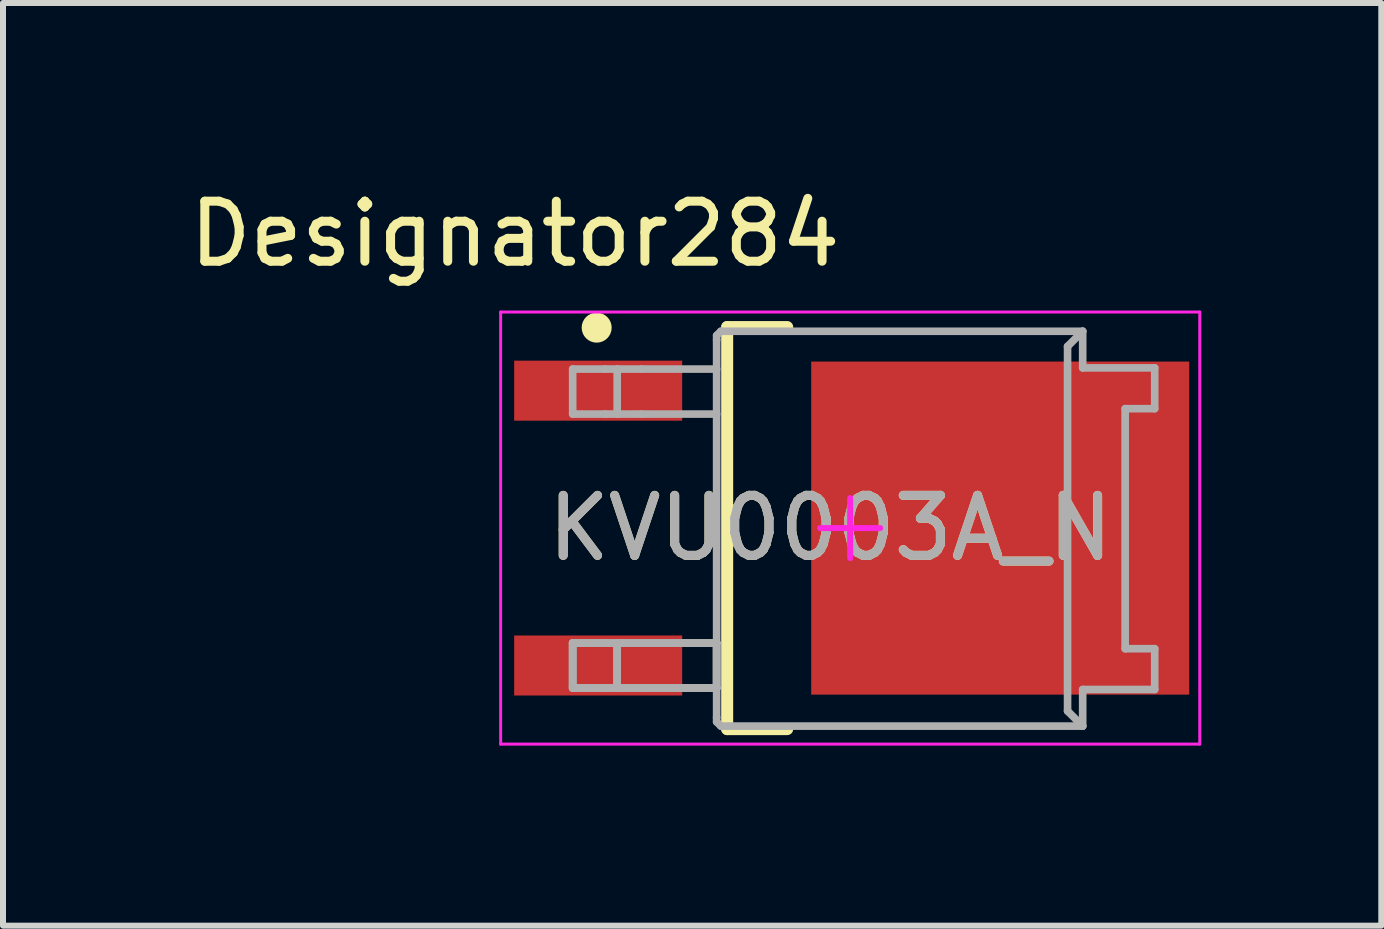
<source format=kicad_pcb>
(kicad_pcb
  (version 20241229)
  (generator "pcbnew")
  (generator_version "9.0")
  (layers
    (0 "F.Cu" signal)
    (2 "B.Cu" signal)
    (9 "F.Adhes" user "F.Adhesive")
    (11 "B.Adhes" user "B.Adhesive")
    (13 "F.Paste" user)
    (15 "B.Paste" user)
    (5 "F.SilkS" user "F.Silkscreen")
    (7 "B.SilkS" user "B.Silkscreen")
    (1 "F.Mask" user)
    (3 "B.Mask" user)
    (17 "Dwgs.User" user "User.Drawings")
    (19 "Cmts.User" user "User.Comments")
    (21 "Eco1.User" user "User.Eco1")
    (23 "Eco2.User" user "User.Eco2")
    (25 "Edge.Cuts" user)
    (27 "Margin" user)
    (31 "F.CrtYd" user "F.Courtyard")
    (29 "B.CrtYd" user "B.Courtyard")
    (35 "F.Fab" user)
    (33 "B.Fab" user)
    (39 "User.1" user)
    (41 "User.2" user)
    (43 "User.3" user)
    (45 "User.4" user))
  (footprint "KVU0003A_N"
    (layer "F.Cu")
    (at 10.788 5.75)
    (property "Reference" "KVU0003A_N" (at 0 0 0) (unlocked yes) (layer "F.SilkS") (effects (font (size 1 1) (thickness 0.15))))
    (attr smd)
    (fp_line (start -1.72 -3.35) (end -0.72 -3.35) (stroke (width 0.2) (type solid)) (layer "F.SilkS"))
    (fp_line (start -1.72 3.35) (end -1.72 -3.35) (stroke (width 0.2) (type solid)) (layer "F.SilkS"))
    (fp_line (start -1.72 3.35) (end -0.72 3.35) (stroke (width 0.2) (type solid)) (layer "F.SilkS"))
    (fp_circle (center -3.895 -3.34) (end -3.77 -3.34) (stroke (width 0.25) (type solid)) (fill no) (layer "F.SilkS"))
    (fp_poly (pts (xy -0.02 -1.479) (xy -0.02 -2.511) (xy -0.019 -2.521) (xy -0.016 -2.53) (xy -0.012 -2.538) (xy -0.006 -2.546) (xy 0.002 -2.552) (xy 0.01 -2.556) (xy 0.019 -2.559) (xy 0.029 -2.56) (xy 0.911 -2.56) (xy 0.921 -2.559) (xy 0.93 -2.556) (xy 0.938 -2.552) (xy 0.946 -2.546) (xy 0.952 -2.538) (xy 0.956 -2.53) (xy 0.959 -2.521) (xy 0.96 -2.511) (xy 0.96 -1.479) (xy 0.959 -1.469) (xy 0.956 -1.46) (xy 0.952 -1.452) (xy 0.946 -1.444) (xy 0.938 -1.438) (xy 0.93 -1.434) (xy 0.921 -1.431) (xy 0.911 -1.43) (xy 0.029 -1.43) (xy 0.019 -1.431) (xy 0.01 -1.434) (xy 0.002 -1.438) (xy -0.006 -1.444) (xy -0.012 -1.452) (xy -0.016 -1.46) (xy -0.019 -1.469)) (stroke (width 0) (type solid)) (fill yes) (layer "F.Paste"))
    (fp_poly (pts (xy -0.02 -0.149) (xy -0.02 -1.181) (xy -0.019 -1.191) (xy -0.016 -1.2) (xy -0.012 -1.208) (xy -0.006 -1.216) (xy 0.002 -1.222) (xy 0.01 -1.226) (xy 0.019 -1.229) (xy 0.029 -1.23) (xy 0.911 -1.23) (xy 0.921 -1.229) (xy 0.93 -1.226) (xy 0.938 -1.222) (xy 0.946 -1.216) (xy 0.952 -1.208) (xy 0.956 -1.2) (xy 0.959 -1.191) (xy 0.96 -1.181) (xy 0.96 -0.149) (xy 0.959 -0.139) (xy 0.956 -0.13) (xy 0.952 -0.122) (xy 0.946 -0.114) (xy 0.938 -0.108) (xy 0.93 -0.104) (xy 0.921 -0.101) (xy 0.911 -0.1) (xy 0.029 -0.1) (xy 0.019 -0.101) (xy 0.01 -0.104) (xy 0.002 -0.108) (xy -0.006 -0.114) (xy -0.012 -0.122) (xy -0.016 -0.13) (xy -0.019 -0.139)) (stroke (width 0) (type solid)) (fill yes) (layer "F.Paste"))
    (fp_poly (pts (xy -0.02 1.181) (xy -0.02 0.149) (xy -0.019 0.139) (xy -0.016 0.13) (xy -0.012 0.122) (xy -0.006 0.114) (xy 0.002 0.108) (xy 0.01 0.104) (xy 0.019 0.101) (xy 0.029 0.1) (xy 0.911 0.1) (xy 0.921 0.101) (xy 0.93 0.104) (xy 0.938 0.108) (xy 0.946 0.114) (xy 0.952 0.122) (xy 0.956 0.13) (xy 0.959 0.139) (xy 0.96 0.149) (xy 0.96 1.181) (xy 0.959 1.191) (xy 0.956 1.2) (xy 0.952 1.208) (xy 0.946 1.216) (xy 0.938 1.222) (xy 0.93 1.226) (xy 0.921 1.229) (xy 0.911 1.23) (xy 0.029 1.23) (xy 0.019 1.229) (xy 0.01 1.226) (xy 0.002 1.222) (xy -0.006 1.216) (xy -0.012 1.208) (xy -0.016 1.2) (xy -0.019 1.191)) (stroke (width 0) (type solid)) (fill yes) (layer "F.Paste"))
    (fp_poly (pts (xy -0.02 2.511) (xy -0.02 1.479) (xy -0.019 1.469) (xy -0.016 1.46) (xy -0.012 1.452) (xy -0.006 1.444) (xy 0.002 1.438) (xy 0.01 1.434) (xy 0.019 1.431) (xy 0.029 1.43) (xy 0.911 1.43) (xy 0.921 1.431) (xy 0.93 1.434) (xy 0.938 1.438) (xy 0.946 1.444) (xy 0.952 1.452) (xy 0.956 1.46) (xy 0.959 1.469) (xy 0.96 1.479) (xy 0.96 2.511) (xy 0.959 2.521) (xy 0.956 2.53) (xy 0.952 2.538) (xy 0.946 2.546) (xy 0.938 2.552) (xy 0.93 2.556) (xy 0.921 2.559) (xy 0.911 2.56) (xy 0.029 2.56) (xy 0.019 2.559) (xy 0.01 2.556) (xy 0.002 2.552) (xy -0.006 2.546) (xy -0.012 2.538) (xy -0.016 2.53) (xy -0.019 2.521)) (stroke (width 0) (type solid)) (fill yes) (layer "F.Paste"))
    (fp_poly (pts (xy 1.16 -1.479) (xy 1.16 -2.511) (xy 1.161 -2.521) (xy 1.164 -2.53) (xy 1.168 -2.538) (xy 1.174 -2.546) (xy 1.182 -2.552) (xy 1.19 -2.556) (xy 1.199 -2.559) (xy 1.209 -2.56) (xy 2.091 -2.56) (xy 2.101 -2.559) (xy 2.11 -2.556) (xy 2.118 -2.552) (xy 2.126 -2.546) (xy 2.132 -2.538) (xy 2.136 -2.53) (xy 2.139 -2.521) (xy 2.14 -2.511) (xy 2.14 -1.479) (xy 2.139 -1.469) (xy 2.136 -1.46) (xy 2.132 -1.452) (xy 2.126 -1.444) (xy 2.118 -1.438) (xy 2.11 -1.434) (xy 2.101 -1.431) (xy 2.091 -1.43) (xy 1.209 -1.43) (xy 1.199 -1.431) (xy 1.19 -1.434) (xy 1.182 -1.438) (xy 1.174 -1.444) (xy 1.168 -1.452) (xy 1.164 -1.46) (xy 1.161 -1.469)) (stroke (width 0) (type solid)) (fill yes) (layer "F.Paste"))
    (fp_poly (pts (xy 1.16 -0.149) (xy 1.16 -1.181) (xy 1.161 -1.191) (xy 1.164 -1.2) (xy 1.168 -1.208) (xy 1.174 -1.216) (xy 1.182 -1.222) (xy 1.19 -1.226) (xy 1.199 -1.229) (xy 1.209 -1.23) (xy 2.091 -1.23) (xy 2.101 -1.229) (xy 2.11 -1.226) (xy 2.118 -1.222) (xy 2.126 -1.216) (xy 2.132 -1.208) (xy 2.136 -1.2) (xy 2.139 -1.191) (xy 2.14 -1.181) (xy 2.14 -0.149) (xy 2.139 -0.139) (xy 2.136 -0.13) (xy 2.132 -0.122) (xy 2.126 -0.114) (xy 2.118 -0.108) (xy 2.11 -0.104) (xy 2.101 -0.101) (xy 2.091 -0.1) (xy 1.209 -0.1) (xy 1.199 -0.101) (xy 1.19 -0.104) (xy 1.182 -0.108) (xy 1.174 -0.114) (xy 1.168 -0.122) (xy 1.164 -0.13) (xy 1.161 -0.139)) (stroke (width 0) (type solid)) (fill yes) (layer "F.Paste"))
    (fp_poly (pts (xy 1.16 1.181) (xy 1.16 0.149) (xy 1.161 0.139) (xy 1.164 0.13) (xy 1.168 0.122) (xy 1.174 0.114) (xy 1.182 0.108) (xy 1.19 0.104) (xy 1.199 0.101) (xy 1.209 0.1) (xy 2.091 0.1) (xy 2.101 0.101) (xy 2.11 0.104) (xy 2.118 0.108) (xy 2.126 0.114) (xy 2.132 0.122) (xy 2.136 0.13) (xy 2.139 0.139) (xy 2.14 0.149) (xy 2.14 1.181) (xy 2.139 1.191) (xy 2.136 1.2) (xy 2.132 1.208) (xy 2.126 1.216) (xy 2.118 1.222) (xy 2.11 1.226) (xy 2.101 1.229) (xy 2.091 1.23) (xy 1.209 1.23) (xy 1.199 1.229) (xy 1.19 1.226) (xy 1.182 1.222) (xy 1.174 1.216) (xy 1.168 1.208) (xy 1.164 1.2) (xy 1.161 1.191)) (stroke (width 0) (type solid)) (fill yes) (layer "F.Paste"))
    (fp_poly (pts (xy 1.16 2.511) (xy 1.16 1.479) (xy 1.161 1.469) (xy 1.164 1.46) (xy 1.168 1.452) (xy 1.174 1.444) (xy 1.182 1.438) (xy 1.19 1.434) (xy 1.199 1.431) (xy 1.209 1.43) (xy 2.091 1.43) (xy 2.101 1.431) (xy 2.11 1.434) (xy 2.118 1.438) (xy 2.126 1.444) (xy 2.132 1.452) (xy 2.136 1.46) (xy 2.139 1.469) (xy 2.14 1.479) (xy 2.14 2.511) (xy 2.139 2.521) (xy 2.136 2.53) (xy 2.132 2.538) (xy 2.126 2.546) (xy 2.118 2.552) (xy 2.11 2.556) (xy 2.101 2.559) (xy 2.091 2.56) (xy 1.209 2.56) (xy 1.199 2.559) (xy 1.19 2.556) (xy 1.182 2.552) (xy 1.174 2.546) (xy 1.168 2.538) (xy 1.164 2.53) (xy 1.161 2.521)) (stroke (width 0) (type solid)) (fill yes) (layer "F.Paste"))
    (fp_poly (pts (xy 2.34 -1.479) (xy 2.34 -2.511) (xy 2.341 -2.521) (xy 2.344 -2.53) (xy 2.348 -2.538) (xy 2.354 -2.546) (xy 2.362 -2.552) (xy 2.37 -2.556) (xy 2.379 -2.559) (xy 2.389 -2.56) (xy 3.271 -2.56) (xy 3.281 -2.559) (xy 3.29 -2.556) (xy 3.298 -2.552) (xy 3.306 -2.546) (xy 3.312 -2.538) (xy 3.316 -2.53) (xy 3.319 -2.521) (xy 3.32 -2.511) (xy 3.32 -1.479) (xy 3.319 -1.469) (xy 3.316 -1.46) (xy 3.312 -1.452) (xy 3.306 -1.444) (xy 3.298 -1.438) (xy 3.29 -1.434) (xy 3.281 -1.431) (xy 3.271 -1.43) (xy 2.389 -1.43) (xy 2.379 -1.431) (xy 2.37 -1.434) (xy 2.362 -1.438) (xy 2.354 -1.444) (xy 2.348 -1.452) (xy 2.344 -1.46) (xy 2.341 -1.469)) (stroke (width 0) (type solid)) (fill yes) (layer "F.Paste"))
    (fp_poly (pts (xy 2.34 -0.149) (xy 2.34 -1.181) (xy 2.341 -1.191) (xy 2.344 -1.2) (xy 2.348 -1.208) (xy 2.354 -1.216) (xy 2.362 -1.222) (xy 2.37 -1.226) (xy 2.379 -1.229) (xy 2.389 -1.23) (xy 3.271 -1.23) (xy 3.281 -1.229) (xy 3.29 -1.226) (xy 3.298 -1.222) (xy 3.306 -1.216) (xy 3.312 -1.208) (xy 3.316 -1.2) (xy 3.319 -1.191) (xy 3.32 -1.181) (xy 3.32 -0.149) (xy 3.319 -0.139) (xy 3.316 -0.13) (xy 3.312 -0.122) (xy 3.306 -0.114) (xy 3.298 -0.108) (xy 3.29 -0.104) (xy 3.281 -0.101) (xy 3.271 -0.1) (xy 2.389 -0.1) (xy 2.379 -0.101) (xy 2.37 -0.104) (xy 2.362 -0.108) (xy 2.354 -0.114) (xy 2.348 -0.122) (xy 2.344 -0.13) (xy 2.341 -0.139)) (stroke (width 0) (type solid)) (fill yes) (layer "F.Paste"))
    (fp_poly (pts (xy 2.34 1.181) (xy 2.34 0.149) (xy 2.341 0.139) (xy 2.344 0.13) (xy 2.348 0.122) (xy 2.354 0.114) (xy 2.362 0.108) (xy 2.37 0.104) (xy 2.379 0.101) (xy 2.389 0.1) (xy 3.271 0.1) (xy 3.281 0.101) (xy 3.29 0.104) (xy 3.298 0.108) (xy 3.306 0.114) (xy 3.312 0.122) (xy 3.316 0.13) (xy 3.319 0.139) (xy 3.32 0.149) (xy 3.32 1.181) (xy 3.319 1.191) (xy 3.316 1.2) (xy 3.312 1.208) (xy 3.306 1.216) (xy 3.298 1.222) (xy 3.29 1.226) (xy 3.281 1.229) (xy 3.271 1.23) (xy 2.389 1.23) (xy 2.379 1.229) (xy 2.37 1.226) (xy 2.362 1.222) (xy 2.354 1.216) (xy 2.348 1.208) (xy 2.344 1.2) (xy 2.341 1.191)) (stroke (width 0) (type solid)) (fill yes) (layer "F.Paste"))
    (fp_poly (pts (xy 2.34 2.511) (xy 2.34 1.479) (xy 2.341 1.469) (xy 2.344 1.46) (xy 2.348 1.452) (xy 2.354 1.444) (xy 2.362 1.438) (xy 2.37 1.434) (xy 2.379 1.431) (xy 2.389 1.43) (xy 3.271 1.43) (xy 3.281 1.431) (xy 3.29 1.434) (xy 3.298 1.438) (xy 3.306 1.444) (xy 3.312 1.452) (xy 3.316 1.46) (xy 3.319 1.469) (xy 3.32 1.479) (xy 3.32 2.511) (xy 3.319 2.521) (xy 3.316 2.53) (xy 3.312 2.538) (xy 3.306 2.546) (xy 3.298 2.552) (xy 3.29 2.556) (xy 3.281 2.559) (xy 3.271 2.56) (xy 2.389 2.56) (xy 2.379 2.559) (xy 2.37 2.556) (xy 2.362 2.552) (xy 2.354 2.546) (xy 2.348 2.538) (xy 2.344 2.53) (xy 2.341 2.521)) (stroke (width 0) (type solid)) (fill yes) (layer "F.Paste"))
    (fp_poly (pts (xy 3.52 -1.479) (xy 3.52 -2.511) (xy 3.521 -2.521) (xy 3.524 -2.53) (xy 3.528 -2.538) (xy 3.534 -2.546) (xy 3.542 -2.552) (xy 3.55 -2.556) (xy 3.559 -2.559) (xy 3.569 -2.56) (xy 4.451 -2.56) (xy 4.461 -2.559) (xy 4.47 -2.556) (xy 4.478 -2.552) (xy 4.486 -2.546) (xy 4.492 -2.538) (xy 4.496 -2.53) (xy 4.499 -2.521) (xy 4.5 -2.511) (xy 4.5 -1.479) (xy 4.499 -1.469) (xy 4.496 -1.46) (xy 4.492 -1.452) (xy 4.486 -1.444) (xy 4.478 -1.438) (xy 4.47 -1.434) (xy 4.461 -1.431) (xy 4.451 -1.43) (xy 3.569 -1.43) (xy 3.559 -1.431) (xy 3.55 -1.434) (xy 3.542 -1.438) (xy 3.534 -1.444) (xy 3.528 -1.452) (xy 3.524 -1.46) (xy 3.521 -1.469)) (stroke (width 0) (type solid)) (fill yes) (layer "F.Paste"))
    (fp_poly (pts (xy 3.52 -0.149) (xy 3.52 -1.181) (xy 3.521 -1.191) (xy 3.524 -1.2) (xy 3.528 -1.208) (xy 3.534 -1.216) (xy 3.542 -1.222) (xy 3.55 -1.226) (xy 3.559 -1.229) (xy 3.569 -1.23) (xy 4.451 -1.23) (xy 4.461 -1.229) (xy 4.47 -1.226) (xy 4.478 -1.222) (xy 4.486 -1.216) (xy 4.492 -1.208) (xy 4.496 -1.2) (xy 4.499 -1.191) (xy 4.5 -1.181) (xy 4.5 -0.149) (xy 4.499 -0.139) (xy 4.496 -0.13) (xy 4.492 -0.122) (xy 4.486 -0.114) (xy 4.478 -0.108) (xy 4.47 -0.104) (xy 4.461 -0.101) (xy 4.451 -0.1) (xy 3.569 -0.1) (xy 3.559 -0.101) (xy 3.55 -0.104) (xy 3.542 -0.108) (xy 3.534 -0.114) (xy 3.528 -0.122) (xy 3.524 -0.13) (xy 3.521 -0.139)) (stroke (width 0) (type solid)) (fill yes) (layer "F.Paste"))
    (fp_poly (pts (xy 3.52 1.181) (xy 3.52 0.149) (xy 3.521 0.139) (xy 3.524 0.13) (xy 3.528 0.122) (xy 3.534 0.114) (xy 3.542 0.108) (xy 3.55 0.104) (xy 3.559 0.101) (xy 3.569 0.1) (xy 4.451 0.1) (xy 4.461 0.101) (xy 4.47 0.104) (xy 4.478 0.108) (xy 4.486 0.114) (xy 4.492 0.122) (xy 4.496 0.13) (xy 4.499 0.139) (xy 4.5 0.149) (xy 4.5 1.181) (xy 4.499 1.191) (xy 4.496 1.2) (xy 4.492 1.208) (xy 4.486 1.216) (xy 4.478 1.222) (xy 4.47 1.226) (xy 4.461 1.229) (xy 4.451 1.23) (xy 3.569 1.23) (xy 3.559 1.229) (xy 3.55 1.226) (xy 3.542 1.222) (xy 3.534 1.216) (xy 3.528 1.208) (xy 3.524 1.2) (xy 3.521 1.191)) (stroke (width 0) (type solid)) (fill yes) (layer "F.Paste"))
    (fp_poly (pts (xy 3.52 2.511) (xy 3.52 1.479) (xy 3.521 1.469) (xy 3.524 1.46) (xy 3.528 1.452) (xy 3.534 1.444) (xy 3.542 1.438) (xy 3.55 1.434) (xy 3.559 1.431) (xy 3.569 1.43) (xy 4.451 1.43) (xy 4.461 1.431) (xy 4.47 1.434) (xy 4.478 1.438) (xy 4.486 1.444) (xy 4.492 1.452) (xy 4.496 1.46) (xy 4.499 1.469) (xy 4.5 1.479) (xy 4.5 2.511) (xy 4.499 2.521) (xy 4.496 2.53) (xy 4.492 2.538) (xy 4.486 2.546) (xy 4.478 2.552) (xy 4.47 2.556) (xy 4.461 2.559) (xy 4.451 2.56) (xy 3.569 2.56) (xy 3.559 2.559) (xy 3.55 2.556) (xy 3.542 2.552) (xy 3.534 2.546) (xy 3.528 2.538) (xy 3.524 2.53) (xy 3.521 2.521)) (stroke (width 0) (type solid)) (fill yes) (layer "F.Paste"))
    (fp_poly (pts (xy 4.7 -1.479) (xy 4.7 -2.511) (xy 4.701 -2.521) (xy 4.704 -2.53) (xy 4.708 -2.538) (xy 4.714 -2.546) (xy 4.722 -2.552) (xy 4.73 -2.556) (xy 4.739 -2.559) (xy 4.749 -2.56) (xy 5.631 -2.56) (xy 5.641 -2.559) (xy 5.65 -2.556) (xy 5.658 -2.552) (xy 5.666 -2.546) (xy 5.672 -2.538) (xy 5.676 -2.53) (xy 5.679 -2.521) (xy 5.68 -2.511) (xy 5.68 -1.479) (xy 5.679 -1.469) (xy 5.676 -1.46) (xy 5.672 -1.452) (xy 5.666 -1.444) (xy 5.658 -1.438) (xy 5.65 -1.434) (xy 5.641 -1.431) (xy 5.631 -1.43) (xy 4.749 -1.43) (xy 4.739 -1.431) (xy 4.73 -1.434) (xy 4.722 -1.438) (xy 4.714 -1.444) (xy 4.708 -1.452) (xy 4.704 -1.46) (xy 4.701 -1.469)) (stroke (width 0) (type solid)) (fill yes) (layer "F.Paste"))
    (fp_poly (pts (xy 4.7 -0.149) (xy 4.7 -1.181) (xy 4.701 -1.191) (xy 4.704 -1.2) (xy 4.708 -1.208) (xy 4.714 -1.216) (xy 4.722 -1.222) (xy 4.73 -1.226) (xy 4.739 -1.229) (xy 4.749 -1.23) (xy 5.631 -1.23) (xy 5.641 -1.229) (xy 5.65 -1.226) (xy 5.658 -1.222) (xy 5.666 -1.216) (xy 5.672 -1.208) (xy 5.676 -1.2) (xy 5.679 -1.191) (xy 5.68 -1.181) (xy 5.68 -0.149) (xy 5.679 -0.139) (xy 5.676 -0.13) (xy 5.672 -0.122) (xy 5.666 -0.114) (xy 5.658 -0.108) (xy 5.65 -0.104) (xy 5.641 -0.101) (xy 5.631 -0.1) (xy 4.749 -0.1) (xy 4.739 -0.101) (xy 4.73 -0.104) (xy 4.722 -0.108) (xy 4.714 -0.114) (xy 4.708 -0.122) (xy 4.704 -0.13) (xy 4.701 -0.139)) (stroke (width 0) (type solid)) (fill yes) (layer "F.Paste"))
    (fp_poly (pts (xy 4.7 1.181) (xy 4.7 0.149) (xy 4.701 0.139) (xy 4.704 0.13) (xy 4.708 0.122) (xy 4.714 0.114) (xy 4.722 0.108) (xy 4.73 0.104) (xy 4.739 0.101) (xy 4.749 0.1) (xy 5.631 0.1) (xy 5.641 0.101) (xy 5.65 0.104) (xy 5.658 0.108) (xy 5.666 0.114) (xy 5.672 0.122) (xy 5.676 0.13) (xy 5.679 0.139) (xy 5.68 0.149) (xy 5.68 1.181) (xy 5.679 1.191) (xy 5.676 1.2) (xy 5.672 1.208) (xy 5.666 1.216) (xy 5.658 1.222) (xy 5.65 1.226) (xy 5.641 1.229) (xy 5.631 1.23) (xy 4.749 1.23) (xy 4.739 1.229) (xy 4.73 1.226) (xy 4.722 1.222) (xy 4.714 1.216) (xy 4.708 1.208) (xy 4.704 1.2) (xy 4.701 1.191)) (stroke (width 0) (type solid)) (fill yes) (layer "F.Paste"))
    (fp_poly (pts (xy 4.7 2.511) (xy 4.7 1.479) (xy 4.701 1.469) (xy 4.704 1.46) (xy 4.708 1.452) (xy 4.714 1.444) (xy 4.722 1.438) (xy 4.73 1.434) (xy 4.739 1.431) (xy 4.749 1.43) (xy 5.631 1.43) (xy 5.641 1.431) (xy 5.65 1.434) (xy 5.658 1.438) (xy 5.666 1.444) (xy 5.672 1.452) (xy 5.676 1.46) (xy 5.679 1.469) (xy 5.68 1.479) (xy 5.68 2.511) (xy 5.679 2.521) (xy 5.676 2.53) (xy 5.672 2.538) (xy 5.666 2.546) (xy 5.658 2.552) (xy 5.65 2.556) (xy 5.641 2.559) (xy 5.631 2.56) (xy 4.749 2.56) (xy 4.739 2.559) (xy 4.73 2.556) (xy 4.722 2.552) (xy 4.714 2.546) (xy 4.708 2.538) (xy 4.704 2.53) (xy 4.701 2.521)) (stroke (width 0) (type solid)) (fill yes) (layer "F.Paste"))
    (fp_line (start -5.495 -3.6) (end 6.155 -3.6) (stroke (width 0.05) (type solid)) (layer "F.CrtYd"))
    (fp_line (start -5.495 3.6) (end -5.495 -3.6) (stroke (width 0.05) (type solid)) (layer "F.CrtYd"))
    (fp_line (start -5.495 3.6) (end 6.155 3.6) (stroke (width 0.05) (type solid)) (layer "F.CrtYd"))
    (fp_line (start -0.17 0) (end 0.83 0) (stroke (width 0.1) (type solid)) (layer "F.CrtYd"))
    (fp_line (start 0.33 0.5) (end 0.33 -0.5) (stroke (width 0.1) (type solid)) (layer "F.CrtYd"))
    (fp_line (start 6.155 3.6) (end 6.155 -3.6) (stroke (width 0.05) (type solid)) (layer "F.CrtYd"))
    (fp_line (start -4.295 -2.65) (end -3.753 -2.65) (stroke (width 0.127) (type solid)) (layer "F.Fab"))
    (fp_line (start -4.295 -1.9) (end -4.295 -2.65) (stroke (width 0.127) (type solid)) (layer "F.Fab"))
    (fp_line (start -4.295 -1.9) (end -3.753 -1.9) (stroke (width 0.127) (type solid)) (layer "F.Fab"))
    (fp_line (start -4.295 1.915) (end -3.753 1.915) (stroke (width 0.127) (type solid)) (layer "F.Fab"))
    (fp_line (start -4.295 1.915) (end -3.753 1.915) (stroke (width 0.127) (type solid)) (layer "F.Fab"))
    (fp_line (start -4.295 1.915) (end -3.753 1.915) (stroke (width 0.127) (type solid)) (layer "F.Fab"))
    (fp_line (start -4.295 2.665) (end -4.295 1.915) (stroke (width 0.127) (type solid)) (layer "F.Fab"))
    (fp_line (start -4.295 2.665) (end -4.295 1.915) (stroke (width 0.127) (type solid)) (layer "F.Fab"))
    (fp_line (start -4.295 2.665) (end -4.295 1.915) (stroke (width 0.127) (type solid)) (layer "F.Fab"))
    (fp_line (start -4.295 2.665) (end -3.753 2.665) (stroke (width 0.127) (type solid)) (layer "F.Fab"))
    (fp_line (start -4.295 2.665) (end -3.753 2.665) (stroke (width 0.127) (type solid)) (layer "F.Fab"))
    (fp_line (start -4.295 2.665) (end -3.753 2.665) (stroke (width 0.127) (type solid)) (layer "F.Fab"))
    (fp_line (start -3.753 -2.65) (end -3.553 -2.65) (stroke (width 0.127) (type solid)) (layer "F.Fab"))
    (fp_line (start -3.753 -1.9) (end -3.553 -1.9) (stroke (width 0.127) (type solid)) (layer "F.Fab"))
    (fp_line (start -3.753 1.915) (end -3.553 1.915) (stroke (width 0.127) (type solid)) (layer "F.Fab"))
    (fp_line (start -3.753 1.915) (end -3.553 1.915) (stroke (width 0.127) (type solid)) (layer "F.Fab"))
    (fp_line (start -3.753 1.915) (end -3.553 1.915) (stroke (width 0.127) (type solid)) (layer "F.Fab"))
    (fp_line (start -3.753 2.665) (end -3.553 2.665) (stroke (width 0.127) (type solid)) (layer "F.Fab"))
    (fp_line (start -3.753 2.665) (end -3.553 2.665) (stroke (width 0.127) (type solid)) (layer "F.Fab"))
    (fp_line (start -3.753 2.665) (end -3.553 2.665) (stroke (width 0.127) (type solid)) (layer "F.Fab"))
    (fp_line (start -3.553 -2.65) (end -3.153 -2.65) (stroke (width 0.127) (type solid)) (layer "F.Fab"))
    (fp_line (start -3.553 -1.9) (end -3.553 -2.65) (stroke (width 0.127) (type solid)) (layer "F.Fab"))
    (fp_line (start -3.553 -1.9) (end -3.153 -1.9) (stroke (width 0.127) (type solid)) (layer "F.Fab"))
    (fp_line (start -3.553 1.915) (end -3.153 1.915) (stroke (width 0.127) (type solid)) (layer "F.Fab"))
    (fp_line (start -3.553 1.915) (end -3.153 1.915) (stroke (width 0.127) (type solid)) (layer "F.Fab"))
    (fp_line (start -3.553 1.915) (end -3.153 1.915) (stroke (width 0.127) (type solid)) (layer "F.Fab"))
    (fp_line (start -3.553 2.665) (end -3.553 1.915) (stroke (width 0.127) (type solid)) (layer "F.Fab"))
    (fp_line (start -3.553 2.665) (end -3.553 1.915) (stroke (width 0.127) (type solid)) (layer "F.Fab"))
    (fp_line (start -3.553 2.665) (end -3.553 1.915) (stroke (width 0.127) (type solid)) (layer "F.Fab"))
    (fp_line (start -3.553 2.665) (end -3.153 2.665) (stroke (width 0.127) (type solid)) (layer "F.Fab"))
    (fp_line (start -3.553 2.665) (end -3.153 2.665) (stroke (width 0.127) (type solid)) (layer "F.Fab"))
    (fp_line (start -3.553 2.665) (end -3.153 2.665) (stroke (width 0.127) (type solid)) (layer "F.Fab"))
    (fp_line (start -3.153 -2.65) (end -1.896 -2.65) (stroke (width 0.127) (type solid)) (layer "F.Fab"))
    (fp_line (start -3.153 -1.9) (end -1.896 -1.9) (stroke (width 0.127) (type solid)) (layer "F.Fab"))
    (fp_line (start -3.153 1.915) (end -1.896 1.915) (stroke (width 0.127) (type solid)) (layer "F.Fab"))
    (fp_line (start -3.153 1.915) (end -1.896 1.915) (stroke (width 0.127) (type solid)) (layer "F.Fab"))
    (fp_line (start -3.153 1.915) (end -1.896 1.915) (stroke (width 0.127) (type solid)) (layer "F.Fab"))
    (fp_line (start -3.153 2.665) (end -1.896 2.665) (stroke (width 0.127) (type solid)) (layer "F.Fab"))
    (fp_line (start -3.153 2.665) (end -1.896 2.665) (stroke (width 0.127) (type solid)) (layer "F.Fab"))
    (fp_line (start -3.153 2.665) (end -1.896 2.665) (stroke (width 0.127) (type solid)) (layer "F.Fab"))
    (fp_line (start -1.896 -3.209) (end -1.825 -3.28) (stroke (width 0.127) (type solid)) (layer "F.Fab"))
    (fp_line (start -1.896 -3.137) (end -1.896 -3.209) (stroke (width 0.127) (type solid)) (layer "F.Fab"))
    (fp_line (start -1.896 1.915) (end -1.896 -3.137) (stroke (width 0.127) (type solid)) (layer "F.Fab"))
    (fp_line (start -1.896 2.665) (end -1.896 1.915) (stroke (width 0.127) (type solid)) (layer "F.Fab"))
    (fp_line (start -1.896 2.665) (end -1.896 1.915) (stroke (width 0.127) (type solid)) (layer "F.Fab"))
    (fp_line (start -1.896 2.665) (end -1.896 1.915) (stroke (width 0.127) (type solid)) (layer "F.Fab"))
    (fp_line (start -1.896 3.157) (end -1.896 2.665) (stroke (width 0.127) (type solid)) (layer "F.Fab"))
    (fp_line (start -1.896 3.229) (end -1.896 3.157) (stroke (width 0.127) (type solid)) (layer "F.Fab"))
    (fp_line (start -1.896 3.229) (end -1.825 3.3) (stroke (width 0.127) (type solid)) (layer "F.Fab"))
    (fp_line (start -1.825 -3.28) (end 4.204 -3.28) (stroke (width 0.127) (type solid)) (layer "F.Fab"))
    (fp_line (start -1.825 3.3) (end 4.204 3.3) (stroke (width 0.127) (type solid)) (layer "F.Fab"))
    (fp_line (start 3.952 -3.028) (end 4.204 -3.28) (stroke (width 0.127) (type solid)) (layer "F.Fab"))
    (fp_line (start 3.952 3.048) (end 3.952 -3.028) (stroke (width 0.127) (type solid)) (layer "F.Fab"))
    (fp_line (start 3.952 3.048) (end 4.204 3.3) (stroke (width 0.127) (type solid)) (layer "F.Fab"))
    (fp_line (start 4.204 -2.67) (end 5.404 -2.67) (stroke (width 0.127) (type solid)) (layer "F.Fab"))
    (fp_line (start 4.204 2.69) (end 5.404 2.69) (stroke (width 0.127) (type solid)) (layer "F.Fab"))
    (fp_line (start 4.204 -2.67) (end 4.204 -3.28) (stroke (width 0.127) (type solid)) (layer "F.Fab"))
    (fp_line (start 4.204 3.3) (end 4.204 2.69) (stroke (width 0.127) (type solid)) (layer "F.Fab"))
    (fp_line (start 4.912 -1.99) (end 5.404 -1.99) (stroke (width 0.127) (type solid)) (layer "F.Fab"))
    (fp_line (start 4.912 2.01) (end 4.912 -1.99) (stroke (width 0.127) (type solid)) (layer "F.Fab"))
    (fp_line (start 4.912 2.01) (end 5.404 2.01) (stroke (width 0.127) (type solid)) (layer "F.Fab"))
    (fp_line (start 5.404 -1.99) (end 5.404 -2.67) (stroke (width 0.127) (type solid)) (layer "F.Fab"))
    (fp_line (start 5.404 2.69) (end 5.404 2.01) (stroke (width 0.127) (type solid)) (layer "F.Fab"))
    (fp_text user "Designator284" (at -5.258 -4.902 0) (unlocked yes) (layer "F.SilkS") (effects (font (size 1 1) (thickness 0.15))))
    (fp_text user "${REFERENCE}" (at 0 0 0) (unlocked yes) (layer "F.Fab") (effects (font (size 1 1) (thickness 0.15))))
    (pad "1" smd rect (at -3.87 -2.29 90) (size 1 2.8) (layers "F.Cu" "F.Mask" "F.Paste"))
    (pad "3" smd rect (at -3.87 2.29 90) (size 1 2.8) (layers "F.Cu" "F.Mask" "F.Paste"))
    (pad "4" smd rect (at 2.83 0 90) (size 5.55 6.3) (layers "F.Cu" "F.Mask")))
  (gr_rect
    (start -3 -3)
    (end 19.968 12.375)
    (stroke (width 0.1) (type default))
    (fill no)
    (layer "Edge.Cuts")))
</source>
